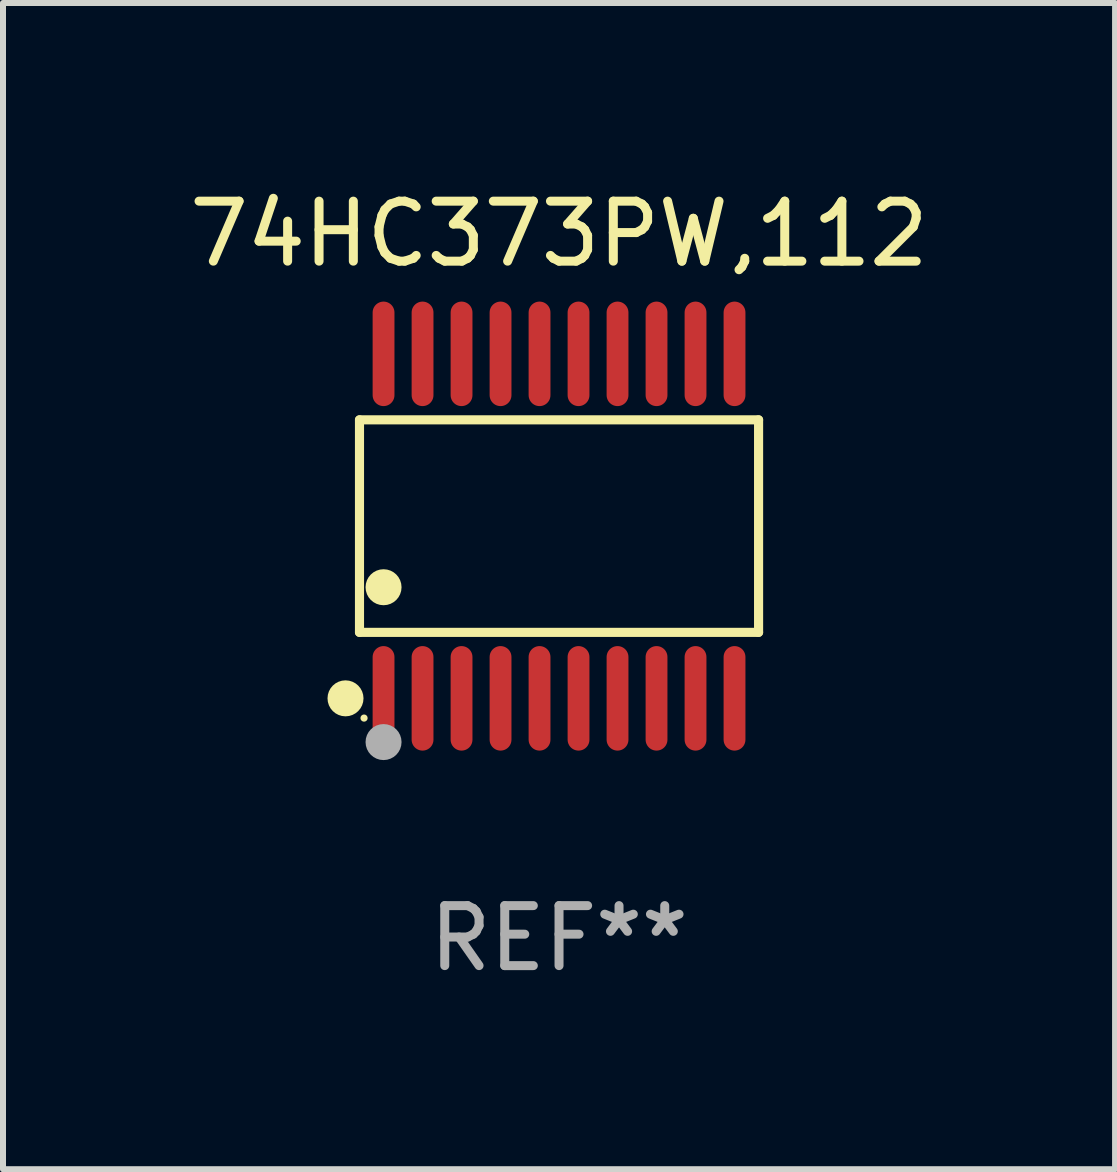
<source format=kicad_pcb>
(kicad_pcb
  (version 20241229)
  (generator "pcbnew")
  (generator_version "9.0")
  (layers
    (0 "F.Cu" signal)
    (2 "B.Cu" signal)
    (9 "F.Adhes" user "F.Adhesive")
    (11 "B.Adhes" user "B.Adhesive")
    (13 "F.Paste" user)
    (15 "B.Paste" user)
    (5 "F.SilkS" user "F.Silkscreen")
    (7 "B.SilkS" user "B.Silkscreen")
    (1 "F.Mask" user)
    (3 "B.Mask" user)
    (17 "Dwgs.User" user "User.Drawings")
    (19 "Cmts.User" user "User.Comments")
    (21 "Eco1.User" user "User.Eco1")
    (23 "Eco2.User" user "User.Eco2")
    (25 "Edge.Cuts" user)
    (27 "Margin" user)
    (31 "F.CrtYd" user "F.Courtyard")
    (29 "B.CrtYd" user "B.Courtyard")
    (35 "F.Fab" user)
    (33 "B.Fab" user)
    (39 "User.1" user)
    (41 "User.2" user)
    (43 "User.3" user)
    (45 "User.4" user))
  (footprint "74HC373PW,112"
    (layer "F.Cu")
    (at 6.268 5.719)
    (property "Reference" "74HC373PW,112" (at 0 -4.871 0) (layer "F.SilkS") (effects (font (size 1 1) (thickness 0.15))))
    (attr through_hole)
    (fp_line (start -3.326 -1.771) (end 3.326 -1.771) (stroke (width 0.152) (type solid)) (layer "F.SilkS"))
    (fp_line (start -3.326 1.771) (end -3.326 -1.771) (stroke (width 0.152) (type solid)) (layer "F.SilkS"))
    (fp_line (start 3.326 -1.771) (end 3.326 1.771) (stroke (width 0.152) (type solid)) (layer "F.SilkS"))
    (fp_line (start 3.326 1.771) (end -3.326 1.771) (stroke (width 0.152) (type solid)) (layer "F.SilkS"))
    (fp_circle (center -3.559 2.871) (end -3.409 2.871) (stroke (width 0.3) (type solid)) (fill no) (layer "F.SilkS"))
    (fp_circle (center -3.25 3.2) (end -3.22 3.2) (stroke (width 0.06) (type solid)) (fill no) (layer "F.SilkS"))
    (fp_circle (center -2.925 1.019) (end -2.775 1.019) (stroke (width 0.3) (type solid)) (fill no) (layer "F.SilkS"))
    (fp_circle (center -2.925 3.6) (end -2.775 3.6) (stroke (width 0.3) (type solid)) (fill no) (layer "F.Fab"))
    (fp_text user "REF**" (at 0 6.871 0) (layer "F.Fab") (effects (font (size 1 1) (thickness 0.15))))
    (pad "1" smd oval (at -2.925 2.871) (size 0.364 1.742) (layers "F.Cu" "F.Mask" "F.Paste"))
    (pad "2" smd oval (at -2.275 2.871) (size 0.364 1.742) (layers "F.Cu" "F.Mask" "F.Paste"))
    (pad "3" smd oval (at -1.625 2.871) (size 0.364 1.742) (layers "F.Cu" "F.Mask" "F.Paste"))
    (pad "4" smd oval (at -0.975 2.871) (size 0.364 1.742) (layers "F.Cu" "F.Mask" "F.Paste"))
    (pad "5" smd oval (at -0.325 2.871) (size 0.364 1.742) (layers "F.Cu" "F.Mask" "F.Paste"))
    (pad "6" smd oval (at 0.325 2.871) (size 0.364 1.742) (layers "F.Cu" "F.Mask" "F.Paste"))
    (pad "7" smd oval (at 0.975 2.871) (size 0.364 1.742) (layers "F.Cu" "F.Mask" "F.Paste"))
    (pad "8" smd oval (at 1.625 2.871) (size 0.364 1.742) (layers "F.Cu" "F.Mask" "F.Paste"))
    (pad "9" smd oval (at 2.275 2.871) (size 0.364 1.742) (layers "F.Cu" "F.Mask" "F.Paste"))
    (pad "10" smd oval (at 2.925 2.871) (size 0.364 1.742) (layers "F.Cu" "F.Mask" "F.Paste"))
    (pad "11" smd oval (at 2.925 -2.871) (size 0.364 1.742) (layers "F.Cu" "F.Mask" "F.Paste"))
    (pad "12" smd oval (at 2.275 -2.871) (size 0.364 1.742) (layers "F.Cu" "F.Mask" "F.Paste"))
    (pad "13" smd oval (at 1.625 -2.871) (size 0.364 1.742) (layers "F.Cu" "F.Mask" "F.Paste"))
    (pad "14" smd oval (at 0.975 -2.871) (size 0.364 1.742) (layers "F.Cu" "F.Mask" "F.Paste"))
    (pad "15" smd oval (at 0.325 -2.871) (size 0.364 1.742) (layers "F.Cu" "F.Mask" "F.Paste"))
    (pad "16" smd oval (at -0.325 -2.871) (size 0.364 1.742) (layers "F.Cu" "F.Mask" "F.Paste"))
    (pad "17" smd oval (at -0.975 -2.871) (size 0.364 1.742) (layers "F.Cu" "F.Mask" "F.Paste"))
    (pad "18" smd oval (at -1.625 -2.871) (size 0.364 1.742) (layers "F.Cu" "F.Mask" "F.Paste"))
    (pad "19" smd oval (at -2.275 -2.871) (size 0.364 1.742) (layers "F.Cu" "F.Mask" "F.Paste"))
    (pad "20" smd oval (at -2.925 -2.871) (size 0.364 1.742) (layers "F.Cu" "F.Mask" "F.Paste")))
  (gr_rect
    (start -3 -3)
    (end 15.536 16.438)
    (stroke (width 0.1) (type default))
    (fill no)
    (layer "Edge.Cuts")))
</source>
